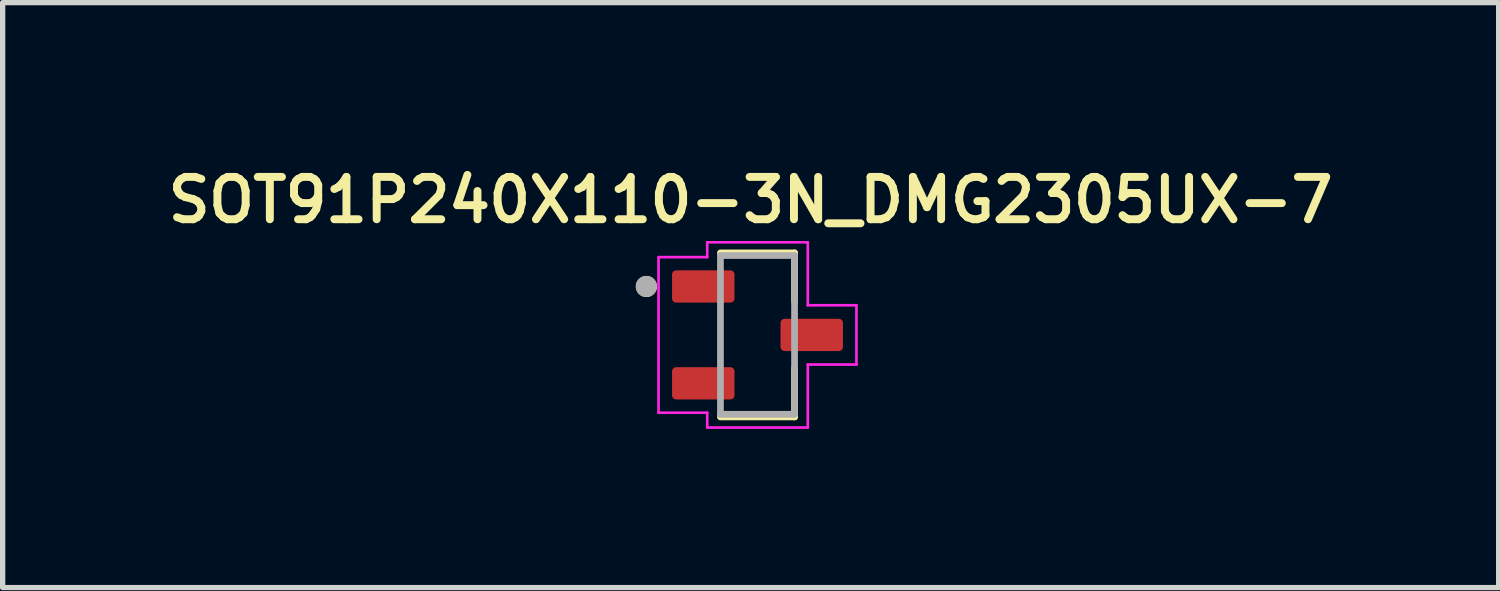
<source format=kicad_pcb>
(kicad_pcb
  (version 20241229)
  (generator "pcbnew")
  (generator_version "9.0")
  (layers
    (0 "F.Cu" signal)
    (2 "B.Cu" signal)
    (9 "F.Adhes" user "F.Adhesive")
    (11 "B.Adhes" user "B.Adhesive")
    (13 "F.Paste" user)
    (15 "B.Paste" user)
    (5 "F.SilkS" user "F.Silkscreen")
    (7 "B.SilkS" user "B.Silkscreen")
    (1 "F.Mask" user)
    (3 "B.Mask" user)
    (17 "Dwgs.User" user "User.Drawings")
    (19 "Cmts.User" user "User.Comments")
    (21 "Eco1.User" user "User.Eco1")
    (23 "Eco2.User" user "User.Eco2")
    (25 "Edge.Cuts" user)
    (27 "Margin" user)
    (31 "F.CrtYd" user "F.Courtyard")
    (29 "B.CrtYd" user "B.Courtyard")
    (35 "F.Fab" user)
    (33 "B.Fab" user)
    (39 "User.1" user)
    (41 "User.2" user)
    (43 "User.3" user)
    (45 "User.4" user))
  (footprint "SOT91P240X110-3N_DMG2305UX-7"
    (layer "F.Cu")
    (at 11.265 3.279)
    (property "Reference" "SOT91P240X110-3N_DMG2305UX-7" (at -0.13 -2.548 0) (layer "F.SilkS") (effects (font (size 0.8 0.8) (thickness 0.15))))
    (attr smd)
    (fp_line (start -0.7 -1.55) (end 0.7 -1.55) (stroke (width 0.127) (type solid)) (layer "F.SilkS"))
    (fp_line (start 0.7 -1.55) (end 0.7 -0.63) (stroke (width 0.127) (type solid)) (layer "F.SilkS"))
    (fp_line (start 0.7 0.63) (end 0.7 1.55) (stroke (width 0.127) (type solid)) (layer "F.SilkS"))
    (fp_line (start 0.7 1.55) (end -0.7 1.55) (stroke (width 0.127) (type solid)) (layer "F.SilkS"))
    (fp_circle (center -2.1 -0.915) (end -2 -0.915) (stroke (width 0.2) (type solid)) (fill no) (layer "F.SilkS"))
    (fp_line (start -1.87 -1.47) (end -0.95 -1.47) (stroke (width 0.05) (type solid)) (layer "F.CrtYd"))
    (fp_line (start -1.87 1.47) (end -1.87 -1.47) (stroke (width 0.05) (type solid)) (layer "F.CrtYd"))
    (fp_line (start -0.95 -1.75) (end 0.95 -1.75) (stroke (width 0.05) (type solid)) (layer "F.CrtYd"))
    (fp_line (start -0.95 -1.47) (end -0.95 -1.75) (stroke (width 0.05) (type solid)) (layer "F.CrtYd"))
    (fp_line (start -0.95 1.47) (end -1.87 1.47) (stroke (width 0.05) (type solid)) (layer "F.CrtYd"))
    (fp_line (start -0.95 1.75) (end -0.95 1.47) (stroke (width 0.05) (type solid)) (layer "F.CrtYd"))
    (fp_line (start 0.95 -1.75) (end 0.95 -0.56) (stroke (width 0.05) (type solid)) (layer "F.CrtYd"))
    (fp_line (start 0.95 -0.56) (end 1.87 -0.56) (stroke (width 0.05) (type solid)) (layer "F.CrtYd"))
    (fp_line (start 0.95 0.56) (end 0.95 1.75) (stroke (width 0.05) (type solid)) (layer "F.CrtYd"))
    (fp_line (start 0.95 1.75) (end -0.95 1.75) (stroke (width 0.05) (type solid)) (layer "F.CrtYd"))
    (fp_line (start 1.87 -0.56) (end 1.87 0.56) (stroke (width 0.05) (type solid)) (layer "F.CrtYd"))
    (fp_line (start 1.87 0.56) (end 0.95 0.56) (stroke (width 0.05) (type solid)) (layer "F.CrtYd"))
    (fp_line (start -0.7 -1.5) (end 0.7 -1.5) (stroke (width 0.127) (type solid)) (layer "F.Fab"))
    (fp_line (start -0.7 1.5) (end -0.7 -1.5) (stroke (width 0.127) (type solid)) (layer "F.Fab"))
    (fp_line (start 0.7 -1.5) (end 0.7 1.5) (stroke (width 0.127) (type solid)) (layer "F.Fab"))
    (fp_line (start 0.7 1.5) (end -0.7 1.5) (stroke (width 0.127) (type solid)) (layer "F.Fab"))
    (fp_circle (center -2.1 -0.915) (end -2 -0.915) (stroke (width 0.2) (type solid)) (fill no) (layer "F.Fab"))
    (pad "1" smd roundrect (at -1.025 -0.915) (size 1.18 0.61) (layers "F.Cu" "F.Mask" "F.Paste") (roundrect_rratio 0.125))
    (pad "2" smd roundrect (at -1.025 0.915) (size 1.18 0.61) (layers "F.Cu" "F.Mask" "F.Paste") (roundrect_rratio 0.125))
    (pad "3" smd roundrect (at 1.025 0) (size 1.18 0.61) (layers "F.Cu" "F.Mask" "F.Paste") (roundrect_rratio 0.125)))
  (gr_rect
    (start -3 -3)
    (end 25.271 8.054)
    (stroke (width 0.1) (type default))
    (fill no)
    (layer "Edge.Cuts")))
</source>
